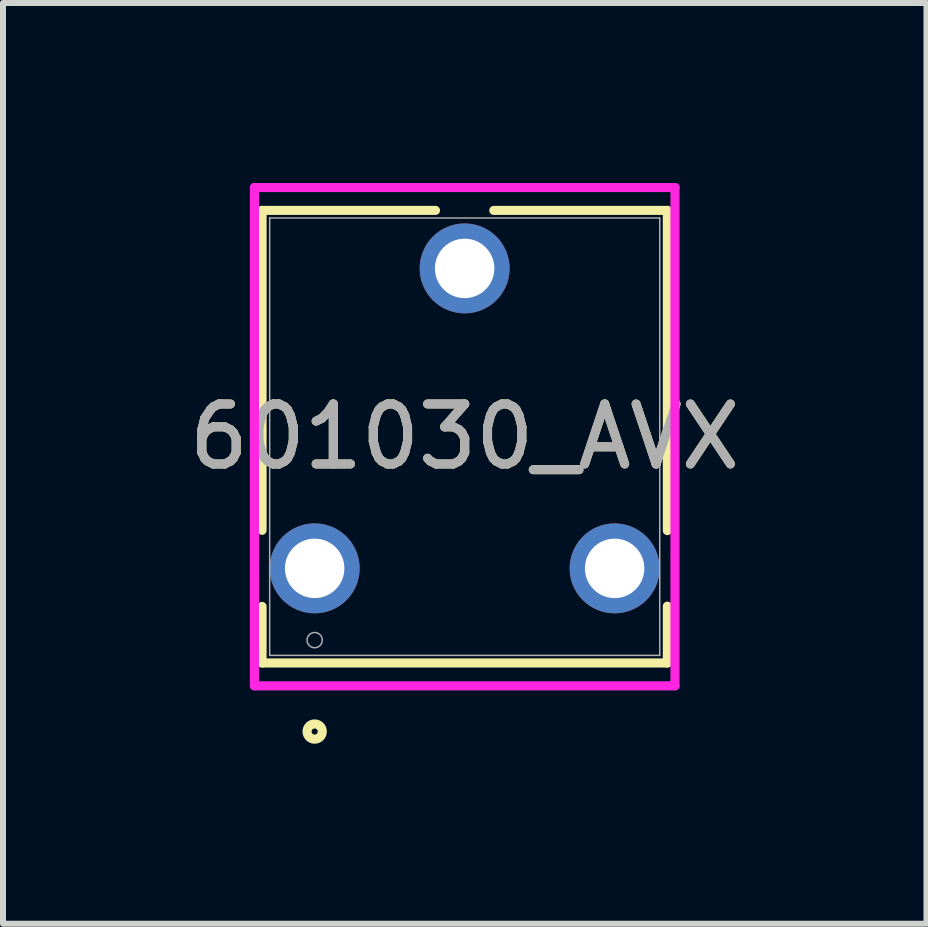
<source format=kicad_pcb>
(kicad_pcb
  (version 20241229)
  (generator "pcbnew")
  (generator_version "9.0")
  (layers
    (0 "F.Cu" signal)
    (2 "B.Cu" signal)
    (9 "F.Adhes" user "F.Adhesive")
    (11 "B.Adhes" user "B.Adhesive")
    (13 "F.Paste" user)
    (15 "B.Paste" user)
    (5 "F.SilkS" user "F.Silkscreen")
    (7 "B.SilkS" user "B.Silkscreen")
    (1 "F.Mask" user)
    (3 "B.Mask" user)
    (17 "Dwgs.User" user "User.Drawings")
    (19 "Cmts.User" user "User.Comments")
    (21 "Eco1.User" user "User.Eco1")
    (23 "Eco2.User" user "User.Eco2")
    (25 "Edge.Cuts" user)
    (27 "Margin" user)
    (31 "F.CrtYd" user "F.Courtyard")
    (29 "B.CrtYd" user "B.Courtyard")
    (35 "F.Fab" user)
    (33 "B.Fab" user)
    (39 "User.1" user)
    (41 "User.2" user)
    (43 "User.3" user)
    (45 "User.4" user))
  (footprint "601030_AVX"
    (layer "F.Cu")
    (at 2.195 6.424)
    (property "Reference" "601030_AVX" (at 2.501 -2.195 0) (unlocked yes) (layer "F.SilkS") (effects (font (size 1 1) (thickness 0.15))))
    (attr through_hole)
    (fp_line (start -0.877 -5.967) (end -0.877 -0.634) (stroke (width 0.152) (type solid)) (layer "F.SilkS"))
    (fp_line (start -0.877 0.634) (end -0.877 1.577) (stroke (width 0.152) (type solid)) (layer "F.SilkS"))
    (fp_line (start -0.877 1.577) (end 5.879 1.577) (stroke (width 0.152) (type solid)) (layer "F.SilkS"))
    (fp_line (start 2.014 -5.967) (end -0.877 -5.967) (stroke (width 0.152) (type solid)) (layer "F.SilkS"))
    (fp_line (start 5.879 -5.967) (end 2.986 -5.967) (stroke (width 0.152) (type solid)) (layer "F.SilkS"))
    (fp_line (start 5.879 -0.63) (end 5.879 -5.967) (stroke (width 0.152) (type solid)) (layer "F.SilkS"))
    (fp_line (start 5.879 1.577) (end 5.879 0.63) (stroke (width 0.152) (type solid)) (layer "F.SilkS"))
    (fp_circle (center 0 2.72) (end 0.127 2.72) (stroke (width 0.152) (type solid)) (fill no) (layer "F.SilkS"))
    (fp_line (start -1.004 -6.348) (end 6.006 -6.348) (stroke (width 0.152) (type solid)) (layer "F.CrtYd"))
    (fp_line (start -1.004 1.958) (end -1.004 -6.348) (stroke (width 0.152) (type solid)) (layer "F.CrtYd"))
    (fp_line (start 6.006 -6.348) (end 6.006 1.958) (stroke (width 0.152) (type solid)) (layer "F.CrtYd"))
    (fp_line (start 6.006 1.958) (end -1.004 1.958) (stroke (width 0.152) (type solid)) (layer "F.CrtYd"))
    (fp_line (start -0.75 -5.84) (end -0.75 1.45) (stroke (width 0.025) (type solid)) (layer "F.Fab"))
    (fp_line (start -0.75 1.45) (end 5.752 1.45) (stroke (width 0.025) (type solid)) (layer "F.Fab"))
    (fp_line (start 5.752 -5.84) (end -0.75 -5.84) (stroke (width 0.025) (type solid)) (layer "F.Fab"))
    (fp_line (start 5.752 1.45) (end 5.752 -5.84) (stroke (width 0.025) (type solid)) (layer "F.Fab"))
    (fp_circle (center 0 1.196) (end 0.127 1.196) (stroke (width 0.025) (type solid)) (fill no) (layer "F.Fab"))
    (fp_text user "${REFERENCE}" (at 2.501 -2.195 0) (unlocked yes) (layer "F.Fab") (effects (font (size 1 1) (thickness 0.15))))
    (pad "1" thru_hole circle (at 0 0) (size 1.499 1.499) (drill 0.991) (layers "*.Cu" "*.Mask"))
    (pad "2" thru_hole circle (at 2.5 -5) (size 1.499 1.499) (drill 0.991) (layers "*.Cu" "*.Mask"))
    (pad "3" thru_hole circle (at 5 0) (size 1.499 1.499) (drill 0.991) (layers "*.Cu" "*.Mask")))
  (gr_rect
    (start -3 -3)
    (end 12.393 12.347)
    (stroke (width 0.1) (type default))
    (fill no)
    (layer "Edge.Cuts")))
</source>
